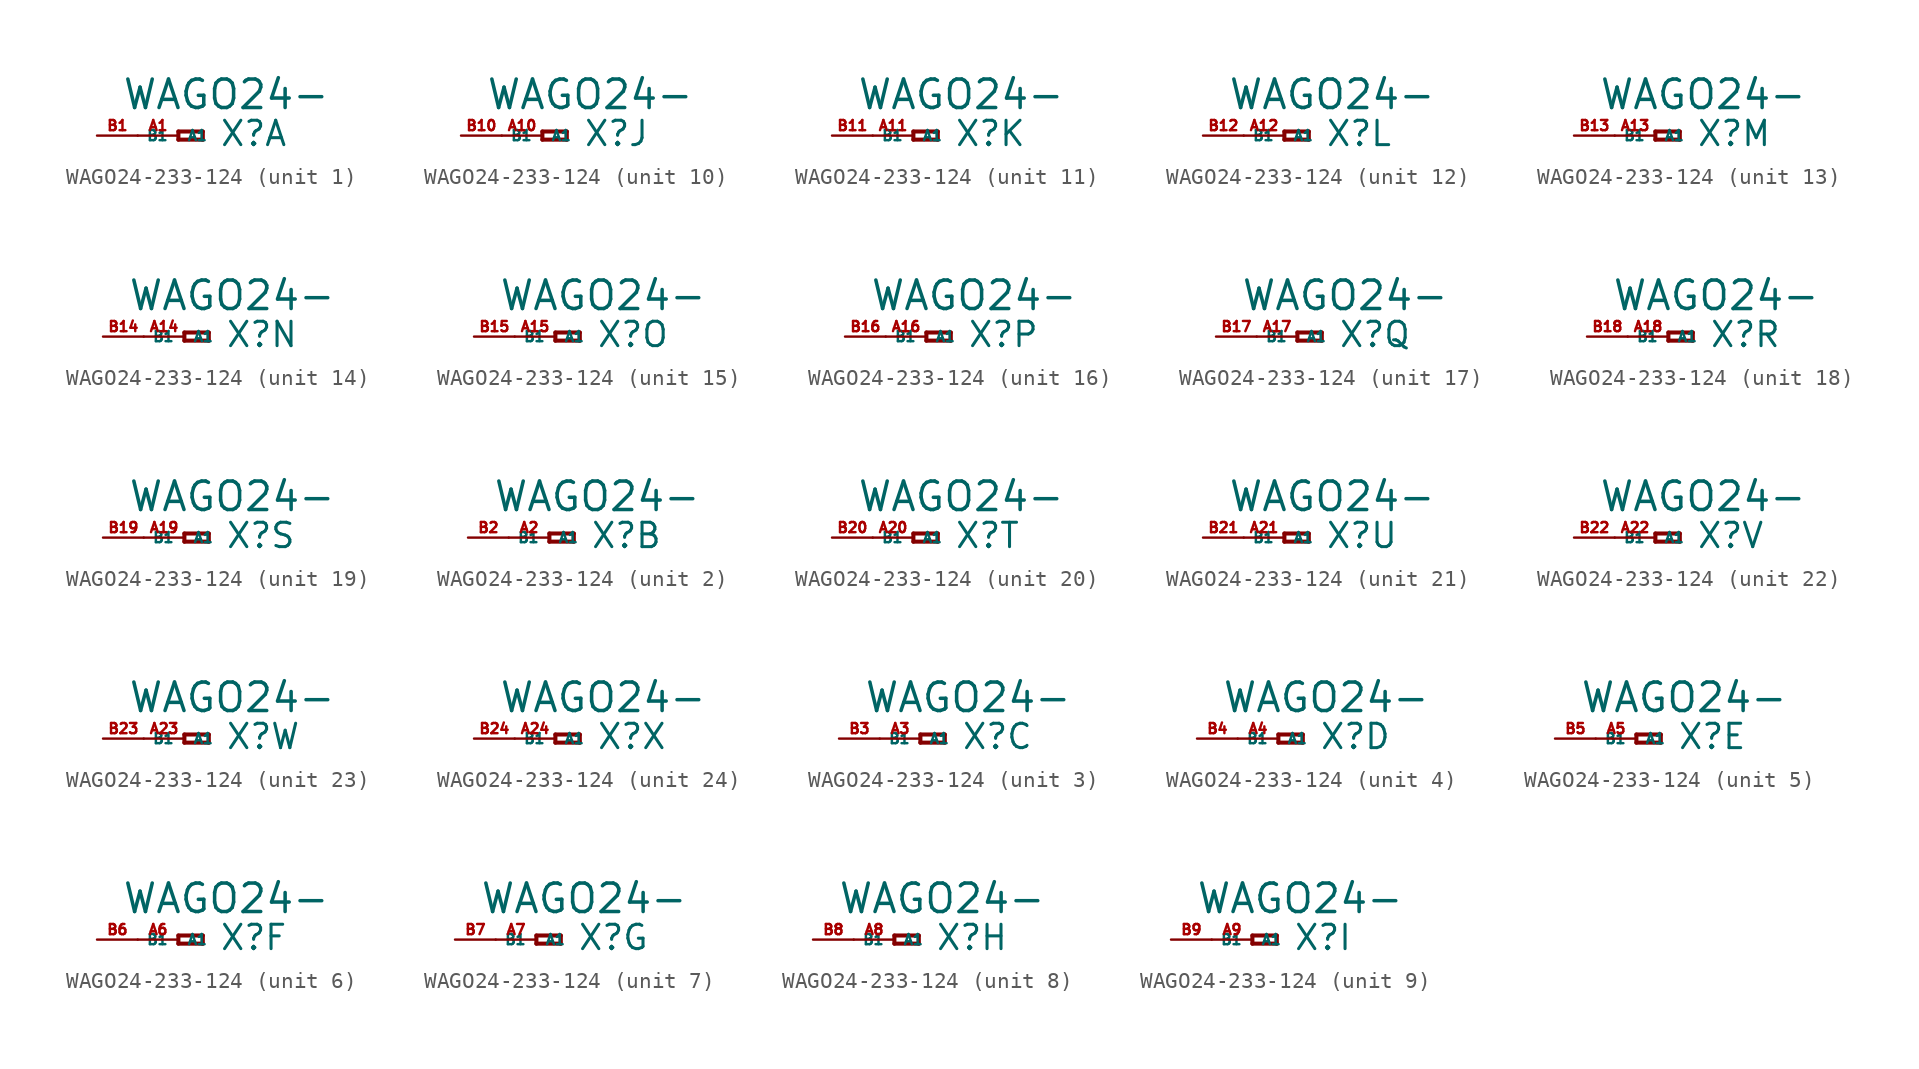
<source format=kicad_sym>
(kicad_symbol_lib
  (version 20220914)
  (generator Eagle2Kicad)
  (symbol "WAGO24-233-124"
    (property "Reference" "X"
      (at 2.54 -0.762 0)
      (effects (font (size 1.524 1.524) (thickness 0.19)) (justify left bottom)))
    (property "Value" "WAGO24-"
      (at -3.556 1.524 0)
      (effects (font (size 1.778 1.778) (thickness 0.22)) (justify left bottom)))
    (symbol "WAGO24-233-124_1_0"
      (polyline (pts (xy 0 0.254) (xy 0 -0.254)) (stroke (width 0.254) (type default)) (fill (type none)))
      (polyline (pts (xy 0 -0.254) (xy 1.524 -0.254)) (stroke (width 0.254) (type default)) (fill (type none)))
      (polyline (pts (xy 1.524 -0.254) (xy 1.524 0.254)) (stroke (width 0.254) (type default)) (fill (type none)))
      (polyline (pts (xy 1.524 0.254) (xy 0 0.254)) (stroke (width 0.254) (type default)) (fill (type none)))
      (pin passive line (at -2.54 0 0) (length 2.54) (name "A1" (effects (font (size 0.635 0.635) (thickness 0.08)) (justify left bottom))) (number "A1" (effects (font (size 0.635 0.635) (thickness 0.08)) (justify left bottom))))
      (pin passive line (at -5.08 0 0) (length 2.54) (name "B1" (effects (font (size 0.635 0.635) (thickness 0.08)) (justify left bottom))) (number "B1" (effects (font (size 0.635 0.635) (thickness 0.08)) (justify left bottom)))))
    (symbol "WAGO24-233-124_2_0"
      (polyline (pts (xy 0 0.254) (xy 0 -0.254)) (stroke (width 0.254) (type default)) (fill (type none)))
      (polyline (pts (xy 0 -0.254) (xy 1.524 -0.254)) (stroke (width 0.254) (type default)) (fill (type none)))
      (polyline (pts (xy 1.524 -0.254) (xy 1.524 0.254)) (stroke (width 0.254) (type default)) (fill (type none)))
      (polyline (pts (xy 1.524 0.254) (xy 0 0.254)) (stroke (width 0.254) (type default)) (fill (type none)))
      (pin passive line (at -2.54 0 0) (length 2.54) (name "A1" (effects (font (size 0.635 0.635) (thickness 0.08)) (justify left bottom))) (number "A2" (effects (font (size 0.635 0.635) (thickness 0.08)) (justify left bottom))))
      (pin passive line (at -5.08 0 0) (length 2.54) (name "B1" (effects (font (size 0.635 0.635) (thickness 0.08)) (justify left bottom))) (number "B2" (effects (font (size 0.635 0.635) (thickness 0.08)) (justify left bottom)))))
    (symbol "WAGO24-233-124_3_0"
      (polyline (pts (xy 0 0.254) (xy 0 -0.254)) (stroke (width 0.254) (type default)) (fill (type none)))
      (polyline (pts (xy 0 -0.254) (xy 1.524 -0.254)) (stroke (width 0.254) (type default)) (fill (type none)))
      (polyline (pts (xy 1.524 -0.254) (xy 1.524 0.254)) (stroke (width 0.254) (type default)) (fill (type none)))
      (polyline (pts (xy 1.524 0.254) (xy 0 0.254)) (stroke (width 0.254) (type default)) (fill (type none)))
      (pin passive line (at -2.54 0 0) (length 2.54) (name "A1" (effects (font (size 0.635 0.635) (thickness 0.08)) (justify left bottom))) (number "A3" (effects (font (size 0.635 0.635) (thickness 0.08)) (justify left bottom))))
      (pin passive line (at -5.08 0 0) (length 2.54) (name "B1" (effects (font (size 0.635 0.635) (thickness 0.08)) (justify left bottom))) (number "B3" (effects (font (size 0.635 0.635) (thickness 0.08)) (justify left bottom)))))
    (symbol "WAGO24-233-124_4_0"
      (polyline (pts (xy 0 0.254) (xy 0 -0.254)) (stroke (width 0.254) (type default)) (fill (type none)))
      (polyline (pts (xy 0 -0.254) (xy 1.524 -0.254)) (stroke (width 0.254) (type default)) (fill (type none)))
      (polyline (pts (xy 1.524 -0.254) (xy 1.524 0.254)) (stroke (width 0.254) (type default)) (fill (type none)))
      (polyline (pts (xy 1.524 0.254) (xy 0 0.254)) (stroke (width 0.254) (type default)) (fill (type none)))
      (pin passive line (at -2.54 0 0) (length 2.54) (name "A1" (effects (font (size 0.635 0.635) (thickness 0.08)) (justify left bottom))) (number "A4" (effects (font (size 0.635 0.635) (thickness 0.08)) (justify left bottom))))
      (pin passive line (at -5.08 0 0) (length 2.54) (name "B1" (effects (font (size 0.635 0.635) (thickness 0.08)) (justify left bottom))) (number "B4" (effects (font (size 0.635 0.635) (thickness 0.08)) (justify left bottom)))))
    (symbol "WAGO24-233-124_5_0"
      (polyline (pts (xy 0 0.254) (xy 0 -0.254)) (stroke (width 0.254) (type default)) (fill (type none)))
      (polyline (pts (xy 0 -0.254) (xy 1.524 -0.254)) (stroke (width 0.254) (type default)) (fill (type none)))
      (polyline (pts (xy 1.524 -0.254) (xy 1.524 0.254)) (stroke (width 0.254) (type default)) (fill (type none)))
      (polyline (pts (xy 1.524 0.254) (xy 0 0.254)) (stroke (width 0.254) (type default)) (fill (type none)))
      (pin passive line (at -2.54 0 0) (length 2.54) (name "A1" (effects (font (size 0.635 0.635) (thickness 0.08)) (justify left bottom))) (number "A5" (effects (font (size 0.635 0.635) (thickness 0.08)) (justify left bottom))))
      (pin passive line (at -5.08 0 0) (length 2.54) (name "B1" (effects (font (size 0.635 0.635) (thickness 0.08)) (justify left bottom))) (number "B5" (effects (font (size 0.635 0.635) (thickness 0.08)) (justify left bottom)))))
    (symbol "WAGO24-233-124_6_0"
      (polyline (pts (xy 0 0.254) (xy 0 -0.254)) (stroke (width 0.254) (type default)) (fill (type none)))
      (polyline (pts (xy 0 -0.254) (xy 1.524 -0.254)) (stroke (width 0.254) (type default)) (fill (type none)))
      (polyline (pts (xy 1.524 -0.254) (xy 1.524 0.254)) (stroke (width 0.254) (type default)) (fill (type none)))
      (polyline (pts (xy 1.524 0.254) (xy 0 0.254)) (stroke (width 0.254) (type default)) (fill (type none)))
      (pin passive line (at -2.54 0 0) (length 2.54) (name "A1" (effects (font (size 0.635 0.635) (thickness 0.08)) (justify left bottom))) (number "A6" (effects (font (size 0.635 0.635) (thickness 0.08)) (justify left bottom))))
      (pin passive line (at -5.08 0 0) (length 2.54) (name "B1" (effects (font (size 0.635 0.635) (thickness 0.08)) (justify left bottom))) (number "B6" (effects (font (size 0.635 0.635) (thickness 0.08)) (justify left bottom)))))
    (symbol "WAGO24-233-124_7_0"
      (polyline (pts (xy 0 0.254) (xy 0 -0.254)) (stroke (width 0.254) (type default)) (fill (type none)))
      (polyline (pts (xy 0 -0.254) (xy 1.524 -0.254)) (stroke (width 0.254) (type default)) (fill (type none)))
      (polyline (pts (xy 1.524 -0.254) (xy 1.524 0.254)) (stroke (width 0.254) (type default)) (fill (type none)))
      (polyline (pts (xy 1.524 0.254) (xy 0 0.254)) (stroke (width 0.254) (type default)) (fill (type none)))
      (pin passive line (at -2.54 0 0) (length 2.54) (name "A1" (effects (font (size 0.635 0.635) (thickness 0.08)) (justify left bottom))) (number "A7" (effects (font (size 0.635 0.635) (thickness 0.08)) (justify left bottom))))
      (pin passive line (at -5.08 0 0) (length 2.54) (name "B1" (effects (font (size 0.635 0.635) (thickness 0.08)) (justify left bottom))) (number "B7" (effects (font (size 0.635 0.635) (thickness 0.08)) (justify left bottom)))))
    (symbol "WAGO24-233-124_8_0"
      (polyline (pts (xy 0 0.254) (xy 0 -0.254)) (stroke (width 0.254) (type default)) (fill (type none)))
      (polyline (pts (xy 0 -0.254) (xy 1.524 -0.254)) (stroke (width 0.254) (type default)) (fill (type none)))
      (polyline (pts (xy 1.524 -0.254) (xy 1.524 0.254)) (stroke (width 0.254) (type default)) (fill (type none)))
      (polyline (pts (xy 1.524 0.254) (xy 0 0.254)) (stroke (width 0.254) (type default)) (fill (type none)))
      (pin passive line (at -2.54 0 0) (length 2.54) (name "A1" (effects (font (size 0.635 0.635) (thickness 0.08)) (justify left bottom))) (number "A8" (effects (font (size 0.635 0.635) (thickness 0.08)) (justify left bottom))))
      (pin passive line (at -5.08 0 0) (length 2.54) (name "B1" (effects (font (size 0.635 0.635) (thickness 0.08)) (justify left bottom))) (number "B8" (effects (font (size 0.635 0.635) (thickness 0.08)) (justify left bottom)))))
    (symbol "WAGO24-233-124_9_0"
      (polyline (pts (xy 0 0.254) (xy 0 -0.254)) (stroke (width 0.254) (type default)) (fill (type none)))
      (polyline (pts (xy 0 -0.254) (xy 1.524 -0.254)) (stroke (width 0.254) (type default)) (fill (type none)))
      (polyline (pts (xy 1.524 -0.254) (xy 1.524 0.254)) (stroke (width 0.254) (type default)) (fill (type none)))
      (polyline (pts (xy 1.524 0.254) (xy 0 0.254)) (stroke (width 0.254) (type default)) (fill (type none)))
      (pin passive line (at -2.54 0 0) (length 2.54) (name "A1" (effects (font (size 0.635 0.635) (thickness 0.08)) (justify left bottom))) (number "A9" (effects (font (size 0.635 0.635) (thickness 0.08)) (justify left bottom))))
      (pin passive line (at -5.08 0 0) (length 2.54) (name "B1" (effects (font (size 0.635 0.635) (thickness 0.08)) (justify left bottom))) (number "B9" (effects (font (size 0.635 0.635) (thickness 0.08)) (justify left bottom)))))
    (symbol "WAGO24-233-124_10_0"
      (polyline (pts (xy 0 0.254) (xy 0 -0.254)) (stroke (width 0.254) (type default)) (fill (type none)))
      (polyline (pts (xy 0 -0.254) (xy 1.524 -0.254)) (stroke (width 0.254) (type default)) (fill (type none)))
      (polyline (pts (xy 1.524 -0.254) (xy 1.524 0.254)) (stroke (width 0.254) (type default)) (fill (type none)))
      (polyline (pts (xy 1.524 0.254) (xy 0 0.254)) (stroke (width 0.254) (type default)) (fill (type none)))
      (pin passive line (at -2.54 0 0) (length 2.54) (name "A1" (effects (font (size 0.635 0.635) (thickness 0.08)) (justify left bottom))) (number "A10" (effects (font (size 0.635 0.635) (thickness 0.08)) (justify left bottom))))
      (pin passive line (at -5.08 0 0) (length 2.54) (name "B1" (effects (font (size 0.635 0.635) (thickness 0.08)) (justify left bottom))) (number "B10" (effects (font (size 0.635 0.635) (thickness 0.08)) (justify left bottom)))))
    (symbol "WAGO24-233-124_11_0"
      (polyline (pts (xy 0 0.254) (xy 0 -0.254)) (stroke (width 0.254) (type default)) (fill (type none)))
      (polyline (pts (xy 0 -0.254) (xy 1.524 -0.254)) (stroke (width 0.254) (type default)) (fill (type none)))
      (polyline (pts (xy 1.524 -0.254) (xy 1.524 0.254)) (stroke (width 0.254) (type default)) (fill (type none)))
      (polyline (pts (xy 1.524 0.254) (xy 0 0.254)) (stroke (width 0.254) (type default)) (fill (type none)))
      (pin passive line (at -2.54 0 0) (length 2.54) (name "A1" (effects (font (size 0.635 0.635) (thickness 0.08)) (justify left bottom))) (number "A11" (effects (font (size 0.635 0.635) (thickness 0.08)) (justify left bottom))))
      (pin passive line (at -5.08 0 0) (length 2.54) (name "B1" (effects (font (size 0.635 0.635) (thickness 0.08)) (justify left bottom))) (number "B11" (effects (font (size 0.635 0.635) (thickness 0.08)) (justify left bottom)))))
    (symbol "WAGO24-233-124_12_0"
      (polyline (pts (xy 0 0.254) (xy 0 -0.254)) (stroke (width 0.254) (type default)) (fill (type none)))
      (polyline (pts (xy 0 -0.254) (xy 1.524 -0.254)) (stroke (width 0.254) (type default)) (fill (type none)))
      (polyline (pts (xy 1.524 -0.254) (xy 1.524 0.254)) (stroke (width 0.254) (type default)) (fill (type none)))
      (polyline (pts (xy 1.524 0.254) (xy 0 0.254)) (stroke (width 0.254) (type default)) (fill (type none)))
      (pin passive line (at -2.54 0 0) (length 2.54) (name "A1" (effects (font (size 0.635 0.635) (thickness 0.08)) (justify left bottom))) (number "A12" (effects (font (size 0.635 0.635) (thickness 0.08)) (justify left bottom))))
      (pin passive line (at -5.08 0 0) (length 2.54) (name "B1" (effects (font (size 0.635 0.635) (thickness 0.08)) (justify left bottom))) (number "B12" (effects (font (size 0.635 0.635) (thickness 0.08)) (justify left bottom)))))
    (symbol "WAGO24-233-124_13_0"
      (polyline (pts (xy 0 0.254) (xy 0 -0.254)) (stroke (width 0.254) (type default)) (fill (type none)))
      (polyline (pts (xy 0 -0.254) (xy 1.524 -0.254)) (stroke (width 0.254) (type default)) (fill (type none)))
      (polyline (pts (xy 1.524 -0.254) (xy 1.524 0.254)) (stroke (width 0.254) (type default)) (fill (type none)))
      (polyline (pts (xy 1.524 0.254) (xy 0 0.254)) (stroke (width 0.254) (type default)) (fill (type none)))
      (pin passive line (at -2.54 0 0) (length 2.54) (name "A1" (effects (font (size 0.635 0.635) (thickness 0.08)) (justify left bottom))) (number "A13" (effects (font (size 0.635 0.635) (thickness 0.08)) (justify left bottom))))
      (pin passive line (at -5.08 0 0) (length 2.54) (name "B1" (effects (font (size 0.635 0.635) (thickness 0.08)) (justify left bottom))) (number "B13" (effects (font (size 0.635 0.635) (thickness 0.08)) (justify left bottom)))))
    (symbol "WAGO24-233-124_14_0"
      (polyline (pts (xy 0 0.254) (xy 0 -0.254)) (stroke (width 0.254) (type default)) (fill (type none)))
      (polyline (pts (xy 0 -0.254) (xy 1.524 -0.254)) (stroke (width 0.254) (type default)) (fill (type none)))
      (polyline (pts (xy 1.524 -0.254) (xy 1.524 0.254)) (stroke (width 0.254) (type default)) (fill (type none)))
      (polyline (pts (xy 1.524 0.254) (xy 0 0.254)) (stroke (width 0.254) (type default)) (fill (type none)))
      (pin passive line (at -2.54 0 0) (length 2.54) (name "A1" (effects (font (size 0.635 0.635) (thickness 0.08)) (justify left bottom))) (number "A14" (effects (font (size 0.635 0.635) (thickness 0.08)) (justify left bottom))))
      (pin passive line (at -5.08 0 0) (length 2.54) (name "B1" (effects (font (size 0.635 0.635) (thickness 0.08)) (justify left bottom))) (number "B14" (effects (font (size 0.635 0.635) (thickness 0.08)) (justify left bottom)))))
    (symbol "WAGO24-233-124_15_0"
      (polyline (pts (xy 0 0.254) (xy 0 -0.254)) (stroke (width 0.254) (type default)) (fill (type none)))
      (polyline (pts (xy 0 -0.254) (xy 1.524 -0.254)) (stroke (width 0.254) (type default)) (fill (type none)))
      (polyline (pts (xy 1.524 -0.254) (xy 1.524 0.254)) (stroke (width 0.254) (type default)) (fill (type none)))
      (polyline (pts (xy 1.524 0.254) (xy 0 0.254)) (stroke (width 0.254) (type default)) (fill (type none)))
      (pin passive line (at -2.54 0 0) (length 2.54) (name "A1" (effects (font (size 0.635 0.635) (thickness 0.08)) (justify left bottom))) (number "A15" (effects (font (size 0.635 0.635) (thickness 0.08)) (justify left bottom))))
      (pin passive line (at -5.08 0 0) (length 2.54) (name "B1" (effects (font (size 0.635 0.635) (thickness 0.08)) (justify left bottom))) (number "B15" (effects (font (size 0.635 0.635) (thickness 0.08)) (justify left bottom)))))
    (symbol "WAGO24-233-124_16_0"
      (polyline (pts (xy 0 0.254) (xy 0 -0.254)) (stroke (width 0.254) (type default)) (fill (type none)))
      (polyline (pts (xy 0 -0.254) (xy 1.524 -0.254)) (stroke (width 0.254) (type default)) (fill (type none)))
      (polyline (pts (xy 1.524 -0.254) (xy 1.524 0.254)) (stroke (width 0.254) (type default)) (fill (type none)))
      (polyline (pts (xy 1.524 0.254) (xy 0 0.254)) (stroke (width 0.254) (type default)) (fill (type none)))
      (pin passive line (at -2.54 0 0) (length 2.54) (name "A1" (effects (font (size 0.635 0.635) (thickness 0.08)) (justify left bottom))) (number "A16" (effects (font (size 0.635 0.635) (thickness 0.08)) (justify left bottom))))
      (pin passive line (at -5.08 0 0) (length 2.54) (name "B1" (effects (font (size 0.635 0.635) (thickness 0.08)) (justify left bottom))) (number "B16" (effects (font (size 0.635 0.635) (thickness 0.08)) (justify left bottom)))))
    (symbol "WAGO24-233-124_17_0"
      (polyline (pts (xy 0 0.254) (xy 0 -0.254)) (stroke (width 0.254) (type default)) (fill (type none)))
      (polyline (pts (xy 0 -0.254) (xy 1.524 -0.254)) (stroke (width 0.254) (type default)) (fill (type none)))
      (polyline (pts (xy 1.524 -0.254) (xy 1.524 0.254)) (stroke (width 0.254) (type default)) (fill (type none)))
      (polyline (pts (xy 1.524 0.254) (xy 0 0.254)) (stroke (width 0.254) (type default)) (fill (type none)))
      (pin passive line (at -2.54 0 0) (length 2.54) (name "A1" (effects (font (size 0.635 0.635) (thickness 0.08)) (justify left bottom))) (number "A17" (effects (font (size 0.635 0.635) (thickness 0.08)) (justify left bottom))))
      (pin passive line (at -5.08 0 0) (length 2.54) (name "B1" (effects (font (size 0.635 0.635) (thickness 0.08)) (justify left bottom))) (number "B17" (effects (font (size 0.635 0.635) (thickness 0.08)) (justify left bottom)))))
    (symbol "WAGO24-233-124_18_0"
      (polyline (pts (xy 0 0.254) (xy 0 -0.254)) (stroke (width 0.254) (type default)) (fill (type none)))
      (polyline (pts (xy 0 -0.254) (xy 1.524 -0.254)) (stroke (width 0.254) (type default)) (fill (type none)))
      (polyline (pts (xy 1.524 -0.254) (xy 1.524 0.254)) (stroke (width 0.254) (type default)) (fill (type none)))
      (polyline (pts (xy 1.524 0.254) (xy 0 0.254)) (stroke (width 0.254) (type default)) (fill (type none)))
      (pin passive line (at -2.54 0 0) (length 2.54) (name "A1" (effects (font (size 0.635 0.635) (thickness 0.08)) (justify left bottom))) (number "A18" (effects (font (size 0.635 0.635) (thickness 0.08)) (justify left bottom))))
      (pin passive line (at -5.08 0 0) (length 2.54) (name "B1" (effects (font (size 0.635 0.635) (thickness 0.08)) (justify left bottom))) (number "B18" (effects (font (size 0.635 0.635) (thickness 0.08)) (justify left bottom)))))
    (symbol "WAGO24-233-124_19_0"
      (polyline (pts (xy 0 0.254) (xy 0 -0.254)) (stroke (width 0.254) (type default)) (fill (type none)))
      (polyline (pts (xy 0 -0.254) (xy 1.524 -0.254)) (stroke (width 0.254) (type default)) (fill (type none)))
      (polyline (pts (xy 1.524 -0.254) (xy 1.524 0.254)) (stroke (width 0.254) (type default)) (fill (type none)))
      (polyline (pts (xy 1.524 0.254) (xy 0 0.254)) (stroke (width 0.254) (type default)) (fill (type none)))
      (pin passive line (at -2.54 0 0) (length 2.54) (name "A1" (effects (font (size 0.635 0.635) (thickness 0.08)) (justify left bottom))) (number "A19" (effects (font (size 0.635 0.635) (thickness 0.08)) (justify left bottom))))
      (pin passive line (at -5.08 0 0) (length 2.54) (name "B1" (effects (font (size 0.635 0.635) (thickness 0.08)) (justify left bottom))) (number "B19" (effects (font (size 0.635 0.635) (thickness 0.08)) (justify left bottom)))))
    (symbol "WAGO24-233-124_20_0"
      (polyline (pts (xy 0 0.254) (xy 0 -0.254)) (stroke (width 0.254) (type default)) (fill (type none)))
      (polyline (pts (xy 0 -0.254) (xy 1.524 -0.254)) (stroke (width 0.254) (type default)) (fill (type none)))
      (polyline (pts (xy 1.524 -0.254) (xy 1.524 0.254)) (stroke (width 0.254) (type default)) (fill (type none)))
      (polyline (pts (xy 1.524 0.254) (xy 0 0.254)) (stroke (width 0.254) (type default)) (fill (type none)))
      (pin passive line (at -2.54 0 0) (length 2.54) (name "A1" (effects (font (size 0.635 0.635) (thickness 0.08)) (justify left bottom))) (number "A20" (effects (font (size 0.635 0.635) (thickness 0.08)) (justify left bottom))))
      (pin passive line (at -5.08 0 0) (length 2.54) (name "B1" (effects (font (size 0.635 0.635) (thickness 0.08)) (justify left bottom))) (number "B20" (effects (font (size 0.635 0.635) (thickness 0.08)) (justify left bottom)))))
    (symbol "WAGO24-233-124_21_0"
      (polyline (pts (xy 0 0.254) (xy 0 -0.254)) (stroke (width 0.254) (type default)) (fill (type none)))
      (polyline (pts (xy 0 -0.254) (xy 1.524 -0.254)) (stroke (width 0.254) (type default)) (fill (type none)))
      (polyline (pts (xy 1.524 -0.254) (xy 1.524 0.254)) (stroke (width 0.254) (type default)) (fill (type none)))
      (polyline (pts (xy 1.524 0.254) (xy 0 0.254)) (stroke (width 0.254) (type default)) (fill (type none)))
      (pin passive line (at -2.54 0 0) (length 2.54) (name "A1" (effects (font (size 0.635 0.635) (thickness 0.08)) (justify left bottom))) (number "A21" (effects (font (size 0.635 0.635) (thickness 0.08)) (justify left bottom))))
      (pin passive line (at -5.08 0 0) (length 2.54) (name "B1" (effects (font (size 0.635 0.635) (thickness 0.08)) (justify left bottom))) (number "B21" (effects (font (size 0.635 0.635) (thickness 0.08)) (justify left bottom)))))
    (symbol "WAGO24-233-124_22_0"
      (polyline (pts (xy 0 0.254) (xy 0 -0.254)) (stroke (width 0.254) (type default)) (fill (type none)))
      (polyline (pts (xy 0 -0.254) (xy 1.524 -0.254)) (stroke (width 0.254) (type default)) (fill (type none)))
      (polyline (pts (xy 1.524 -0.254) (xy 1.524 0.254)) (stroke (width 0.254) (type default)) (fill (type none)))
      (polyline (pts (xy 1.524 0.254) (xy 0 0.254)) (stroke (width 0.254) (type default)) (fill (type none)))
      (pin passive line (at -2.54 0 0) (length 2.54) (name "A1" (effects (font (size 0.635 0.635) (thickness 0.08)) (justify left bottom))) (number "A22" (effects (font (size 0.635 0.635) (thickness 0.08)) (justify left bottom))))
      (pin passive line (at -5.08 0 0) (length 2.54) (name "B1" (effects (font (size 0.635 0.635) (thickness 0.08)) (justify left bottom))) (number "B22" (effects (font (size 0.635 0.635) (thickness 0.08)) (justify left bottom)))))
    (symbol "WAGO24-233-124_23_0"
      (polyline (pts (xy 0 0.254) (xy 0 -0.254)) (stroke (width 0.254) (type default)) (fill (type none)))
      (polyline (pts (xy 0 -0.254) (xy 1.524 -0.254)) (stroke (width 0.254) (type default)) (fill (type none)))
      (polyline (pts (xy 1.524 -0.254) (xy 1.524 0.254)) (stroke (width 0.254) (type default)) (fill (type none)))
      (polyline (pts (xy 1.524 0.254) (xy 0 0.254)) (stroke (width 0.254) (type default)) (fill (type none)))
      (pin passive line (at -2.54 0 0) (length 2.54) (name "A1" (effects (font (size 0.635 0.635) (thickness 0.08)) (justify left bottom))) (number "A23" (effects (font (size 0.635 0.635) (thickness 0.08)) (justify left bottom))))
      (pin passive line (at -5.08 0 0) (length 2.54) (name "B1" (effects (font (size 0.635 0.635) (thickness 0.08)) (justify left bottom))) (number "B23" (effects (font (size 0.635 0.635) (thickness 0.08)) (justify left bottom)))))
    (symbol "WAGO24-233-124_24_0"
      (polyline (pts (xy 0 0.254) (xy 0 -0.254)) (stroke (width 0.254) (type default)) (fill (type none)))
      (polyline (pts (xy 0 -0.254) (xy 1.524 -0.254)) (stroke (width 0.254) (type default)) (fill (type none)))
      (polyline (pts (xy 1.524 -0.254) (xy 1.524 0.254)) (stroke (width 0.254) (type default)) (fill (type none)))
      (polyline (pts (xy 1.524 0.254) (xy 0 0.254)) (stroke (width 0.254) (type default)) (fill (type none)))
      (pin passive line (at -2.54 0 0) (length 2.54) (name "A1" (effects (font (size 0.635 0.635) (thickness 0.08)) (justify left bottom))) (number "A24" (effects (font (size 0.635 0.635) (thickness 0.08)) (justify left bottom))))
      (pin passive line (at -5.08 0 0) (length 2.54) (name "B1" (effects (font (size 0.635 0.635) (thickness 0.08)) (justify left bottom))) (number "B24" (effects (font (size 0.635 0.635) (thickness 0.08)) (justify left bottom)))))))
</source>
